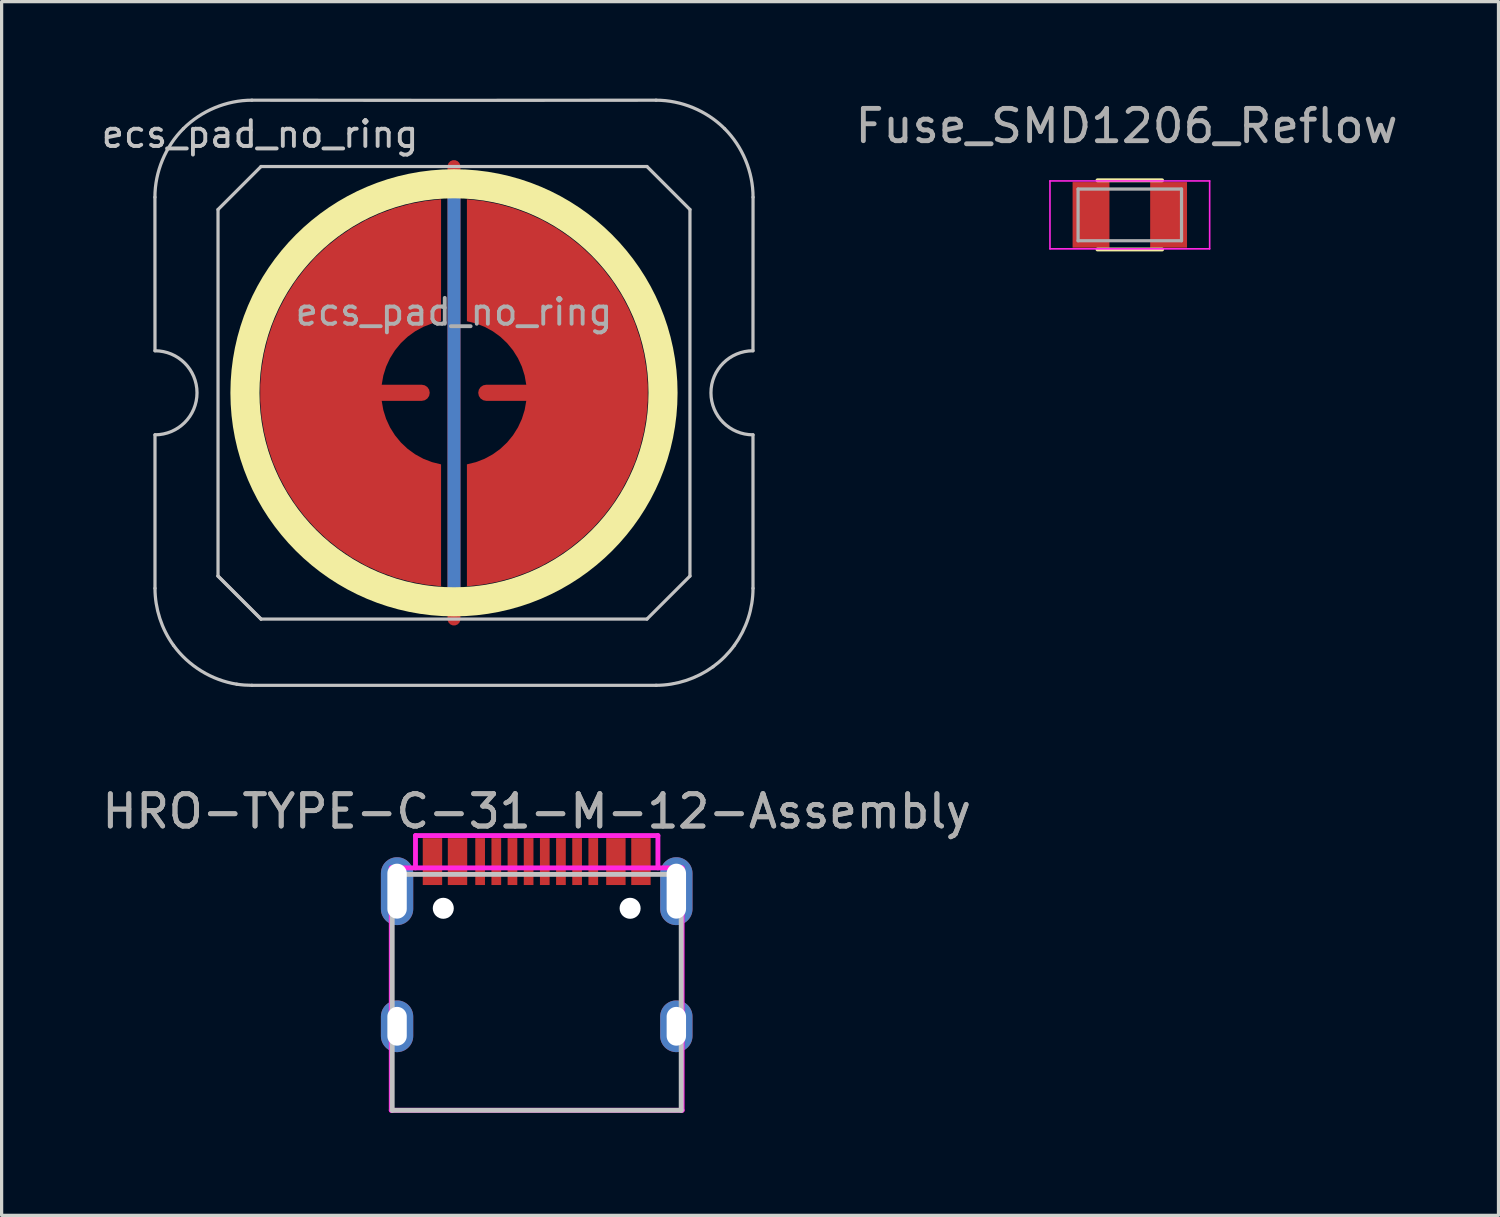
<source format=kicad_pcb>
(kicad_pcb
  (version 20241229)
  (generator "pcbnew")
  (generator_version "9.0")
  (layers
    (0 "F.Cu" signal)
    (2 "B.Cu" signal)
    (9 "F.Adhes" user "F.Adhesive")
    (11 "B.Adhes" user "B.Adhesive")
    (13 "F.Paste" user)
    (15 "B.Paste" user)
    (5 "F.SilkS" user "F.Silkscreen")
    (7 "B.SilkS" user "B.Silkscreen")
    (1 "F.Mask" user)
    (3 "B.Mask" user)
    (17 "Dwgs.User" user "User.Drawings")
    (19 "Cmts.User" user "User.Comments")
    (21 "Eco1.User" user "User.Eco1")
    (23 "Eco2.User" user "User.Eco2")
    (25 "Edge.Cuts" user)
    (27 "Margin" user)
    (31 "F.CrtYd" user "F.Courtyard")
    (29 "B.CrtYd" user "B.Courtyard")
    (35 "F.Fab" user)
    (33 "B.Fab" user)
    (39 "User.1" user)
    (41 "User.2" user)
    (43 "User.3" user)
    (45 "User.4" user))
  (footprint "ecs_pad_no_ring"
    (layer "F.Cu")
    (at 10.995 9.102)
    (property "Reference" "ecs_pad_no_ring" (at -6 -8 0) (layer "Dwgs.User") (effects (font (size 0.8 0.8) (thickness 0.12))))
    (attr smd)
    (fp_circle (center 0 0) (end 6.467 0) (stroke (width 0.9) (type solid)) (fill no) (layer "F.SilkS"))
    (fp_line (start -9.252 -6.05) (end -9.25 -1.3) (stroke (width 0.1) (type solid)) (layer "Dwgs.User"))
    (fp_line (start -9.25 1.3) (end -9.25 6.049) (stroke (width 0.1) (type solid)) (layer "Dwgs.User"))
    (fp_line (start -7.3 -5.67) (end -5.97 -7) (stroke (width 0.1) (type solid)) (layer "Dwgs.User"))
    (fp_line (start -7.3 5.67) (end -7.3 -5.67) (stroke (width 0.1) (type solid)) (layer "Dwgs.User"))
    (fp_line (start -7.3 5.67) (end -5.97 7) (stroke (width 0.1) (type solid)) (layer "Dwgs.User"))
    (fp_line (start -5.97 -7) (end 5.97 -7) (stroke (width 0.1) (type solid)) (layer "Dwgs.User"))
    (fp_line (start -5.97 7) (end -7.3 5.67) (stroke (width 0.1) (type solid)) (layer "Dwgs.User"))
    (fp_line (start 5.97 -7) (end 7.3 -5.67) (stroke (width 0.1) (type solid)) (layer "Dwgs.User"))
    (fp_line (start 5.97 7) (end -5.97 7) (stroke (width 0.1) (type solid)) (layer "Dwgs.User"))
    (fp_line (start 7.3 -5.67) (end 7.3 5.67) (stroke (width 0.1) (type solid)) (layer "Dwgs.User"))
    (fp_line (start 7.3 5.67) (end 5.97 7) (stroke (width 0.1) (type solid)) (layer "Dwgs.User"))
    (fp_line (start 9.25 1.3) (end 9.251 6.049) (stroke (width 0.1) (type solid)) (layer "Dwgs.User"))
    (fp_line (start 9.252 -6.05) (end 9.25 -1.3) (stroke (width 0.1) (type solid)) (layer "Dwgs.User"))
    (fp_arc (start -9.25 -1.3) (mid -7.95 0) (end -9.25 1.3) (stroke (width 0.1) (type solid)) (layer "Dwgs.User"))
    (fp_arc (start 9.25 1.3) (mid 7.95 0) (end 9.25 -1.3) (stroke (width 0.1) (type solid)) (layer "Dwgs.User"))
    (fp_curve (pts (xy -9.25 6.049) (xy -9.25 6.677) (xy -9.046 7.307) (xy -8.677 7.814)) (stroke (width 0.1) (type solid)) (layer "Dwgs.User"))
    (fp_curve (pts (xy -8.677 7.814) (xy -8.215 8.449) (xy -7.496 8.893) (xy -6.72 9.015)) (stroke (width 0.1) (type solid)) (layer "Dwgs.User"))
    (fp_curve (pts (xy -8.372 -8.172) (xy -8.926 -7.618) (xy -9.254 -6.836) (xy -9.252 -6.05)) (stroke (width 0.1) (type solid)) (layer "Dwgs.User"))
    (fp_curve (pts (xy -6.72 9.015) (xy -6.564 9.039) (xy -6.407 9.05) (xy -6.25 9.05)) (stroke (width 0.1) (type solid)) (layer "Dwgs.User"))
    (fp_curve (pts (xy -6.25 9.05) (xy -2.118 9.052) (xy 2.117 9.05) (xy 6.25 9.05)) (stroke (width 0.1) (type solid)) (layer "Dwgs.User"))
    (fp_curve (pts (xy -6.25 -9.052) (xy -7.035 -9.053) (xy -7.817 -8.726) (xy -8.372 -8.172)) (stroke (width 0.1) (type solid)) (layer "Dwgs.User"))
    (fp_curve (pts (xy 6.25 -9.052) (xy 2.116 -9.046) (xy -2.116 -9.046) (xy -6.25 -9.052)) (stroke (width 0.1) (type solid)) (layer "Dwgs.User"))
    (fp_curve (pts (xy 6.25 9.05) (xy 6.878 9.05) (xy 7.504 8.844) (xy 8.013 8.476)) (stroke (width 0.1) (type solid)) (layer "Dwgs.User"))
    (fp_curve (pts (xy 8.013 8.476) (xy 8.267 8.291) (xy 8.492 8.066) (xy 8.676 7.812)) (stroke (width 0.1) (type solid)) (layer "Dwgs.User"))
    (fp_curve (pts (xy 8.372 -8.172) (xy 7.817 -8.726) (xy 7.035 -9.053) (xy 6.25 -9.052)) (stroke (width 0.1) (type solid)) (layer "Dwgs.User"))
    (fp_curve (pts (xy 8.676 7.812) (xy 9.045 7.303) (xy 9.251 6.678) (xy 9.251 6.049)) (stroke (width 0.1) (type solid)) (layer "Dwgs.User"))
    (fp_curve (pts (xy 9.252 -6.05) (xy 9.254 -6.836) (xy 8.926 -7.618) (xy 8.372 -8.172)) (stroke (width 0.1) (type solid)) (layer "Dwgs.User"))
    (fp_text user "${REFERENCE}" (at 0 -2.5 0) (layer "F.Fab") (effects (font (size 0.8 0.8) (thickness 0.12))))
    (pad "1" smd custom (at -1 0) (size 0.4 0.4) (layers "F.Cu") (options (anchor circle)) (primitives (gr_poly (pts (xy 0.6 -2.214) (xy 0.32 -2.145) (xy 0.052 -2.041) (xy -0.201 -1.903) (xy -0.434 -1.734) (xy -0.644 -1.536) (xy -0.826 -1.314) (xy -0.979 -1.07) (xy -1.1 -0.808) (xy -1.186 -0.534) (xy -1.236 -0.25) (xy 0 -0.25) (xy 0.096 -0.231) (xy 0.177 -0.177) (xy 0.231 -0.096) (xy 0.25 0) (xy 0.231 0.096) (xy 0.177 0.177) (xy 0.096 0.231) (xy 0 0.25) (xy -1.236 0.25) (xy -1.186 0.534) (xy -1.1 0.808) (xy -0.979 1.07) (xy -0.826 1.314) (xy -0.644 1.536) (xy -0.434 1.734) (xy -0.201 1.903) (xy 0.052 2.041) (xy 0.32 2.145) (xy 0.6 2.214) (xy 0.6 5.987) (xy 0.115 5.934) (xy -0.364 5.843) (xy -0.834 5.713) (xy -1.292 5.545) (xy -1.735 5.341) (xy -2.159 5.101) (xy -2.563 4.827) (xy -2.943 4.522) (xy -3.298 4.187) (xy -3.623 3.824) (xy -3.919 3.436) (xy -4.182 3.025) (xy -4.41 2.594) (xy -4.603 2.147) (xy -4.759 1.684) (xy -4.876 1.211) (xy -4.955 0.73) (xy -4.995 0.244) (xy -4.995 -0.244) (xy -4.955 -0.73) (xy -4.876 -1.211) (xy -4.759 -1.684) (xy -4.603 -2.147) (xy -4.41 -2.594) (xy -4.182 -3.025) (xy -3.919 -3.436) (xy -3.623 -3.824) (xy -3.298 -4.187) (xy -2.943 -4.522) (xy -2.563 -4.827) (xy -2.159 -5.101) (xy -1.735 -5.341) (xy -1.292 -5.545) (xy -0.834 -5.713) (xy -0.364 -5.843) (xy 0.115 -5.934) (xy 0.6 -5.987)) (width 0) (fill yes))))
    (pad "2" smd custom (at 1 0 180) (size 0.4 0.4) (layers "F.Cu") (options (anchor circle)) (primitives (gr_poly (pts (xy 0.6 -2.214) (xy 0.32 -2.145) (xy 0.052 -2.041) (xy -0.201 -1.903) (xy -0.434 -1.734) (xy -0.644 -1.536) (xy -0.826 -1.314) (xy -0.979 -1.07) (xy -1.1 -0.808) (xy -1.186 -0.534) (xy -1.236 -0.25) (xy 0 -0.25) (xy 0.096 -0.231) (xy 0.177 -0.177) (xy 0.231 -0.096) (xy 0.25 0) (xy 0.231 0.096) (xy 0.177 0.177) (xy 0.096 0.231) (xy 0 0.25) (xy -1.236 0.25) (xy -1.186 0.534) (xy -1.1 0.808) (xy -0.979 1.07) (xy -0.826 1.314) (xy -0.644 1.536) (xy -0.434 1.734) (xy -0.201 1.903) (xy 0.052 2.041) (xy 0.32 2.145) (xy 0.6 2.214) (xy 0.6 5.987) (xy 0.115 5.934) (xy -0.364 5.843) (xy -0.834 5.713) (xy -1.292 5.545) (xy -1.735 5.341) (xy -2.159 5.101) (xy -2.563 4.827) (xy -2.943 4.522) (xy -3.298 4.187) (xy -3.623 3.824) (xy -3.919 3.436) (xy -4.182 3.025) (xy -4.41 2.594) (xy -4.603 2.147) (xy -4.759 1.684) (xy -4.876 1.211) (xy -4.955 0.73) (xy -4.995 0.244) (xy -4.995 -0.244) (xy -4.955 -0.73) (xy -4.876 -1.211) (xy -4.759 -1.684) (xy -4.603 -2.147) (xy -4.41 -2.594) (xy -4.182 -3.025) (xy -3.919 -3.436) (xy -3.623 -3.824) (xy -3.298 -4.187) (xy -2.943 -4.522) (xy -2.563 -4.827) (xy -2.159 -5.101) (xy -1.735 -5.341) (xy -1.292 -5.545) (xy -0.834 -5.713) (xy -0.364 -5.843) (xy 0.115 -5.934) (xy 0.6 -5.987)) (width 0) (fill yes))))
    (pad "3" smd custom (at 0 0) (size 0.4 0.4) (layers "F.Cu") (options (anchor rect)) (primitives (gr_line (start 0 -7) (end 0 7) (width 0.4))))
    (pad "3" smd custom (at 0 0) (size 0.4 0.4) (layers "B.Cu") (options (anchor rect)) (primitives (gr_line (start 0 -6.5) (end 0 6.5) (width 0.4))))
    (zone (net_name "") (layer "F.Cu") (hatch edge 0.508) (connect_pads) (min_thickness 0.254) (filled_areas_thickness no) (keepout (tracks allowed) (vias allowed) (pads allowed) (copperpour not_allowed) (footprints allowed)) (placement (enabled no)) (fill) (polygon (pts (xy 18 9.102) (xy 17.981 8.589) (xy 17.925 8.078) (xy 17.831 7.574) (xy 17.701 7.077) (xy 17.535 6.591) (xy 17.333 6.119) (xy 17.098 5.663) (xy 16.83 5.225) (xy 16.53 4.808) (xy 16.201 4.415) (xy 15.844 4.046) (xy 15.46 3.704) (xy 15.053 3.392) (xy 14.624 3.11) (xy 14.175 2.86) (xy 13.71 2.644) (xy 13.23 2.463) (xy 12.737 2.317) (xy 12.236 2.208) (xy 11.727 2.135) (xy 11.215 2.1) (xy 10.702 2.103) (xy 10.19 2.143) (xy 9.683 2.221) (xy 9.182 2.335) (xy 8.692 2.486) (xy 8.213 2.673) (xy 7.75 2.894) (xy 7.304 3.148) (xy 6.878 3.435) (xy 6.474 3.751) (xy 6.094 4.097) (xy 5.741 4.469) (xy 5.416 4.867) (xy 5.12 5.287) (xy 4.857 5.727) (xy 4.626 6.186) (xy 4.43 6.66) (xy 4.268 7.147) (xy 4.143 7.645) (xy 4.055 8.151) (xy 4.004 8.662) (xy 3.991 9.175) (xy 4.015 9.688) (xy 4.077 10.198) (xy 4.175 10.701) (xy 4.311 11.196) (xy 4.482 11.68) (xy 4.689 12.15) (xy 4.929 12.604) (xy 5.202 13.039) (xy 5.506 13.453) (xy 5.839 13.843) (xy 6.2 14.208) (xy 6.587 14.546) (xy 6.997 14.854) (xy 7.429 15.131) (xy 7.881 15.376) (xy 8.348 15.587) (xy 8.831 15.764) (xy 9.324 15.904) (xy 9.827 16.009) (xy 10.336 16.076) (xy 10.849 16.105) (xy 11.362 16.097) (xy 11.873 16.051) (xy 12.38 15.968) (xy 12.879 15.849) (xy 13.368 15.692) (xy 13.844 15.501) (xy 14.305 15.275) (xy 14.749 15.016) (xy 15.172 14.725) (xy 15.572 14.404) (xy 15.948 14.055) (xy 16.298 13.679) (xy 16.619 13.278) (xy 16.91 12.855) (xy 17.169 12.412) (xy 17.395 11.951) (xy 17.586 11.475) (xy 17.742 10.985) (xy 17.862 10.486) (xy 17.945 9.98) (xy 17.991 9.468))))
    (zone (net_name "") (layer "B.Cu") (hatch edge 0.508) (connect_pads) (min_thickness 0.254) (filled_areas_thickness no) (keepout (tracks allowed) (vias allowed) (pads allowed) (copperpour not_allowed) (footprints allowed)) (placement (enabled no)) (fill) (polygon (pts (xy 17.553 9.102) (xy 17.533 8.587) (xy 17.473 8.076) (xy 17.372 7.571) (xy 17.233 7.075) (xy 17.054 6.592) (xy 16.839 6.124) (xy 16.587 5.675) (xy 16.301 5.247) (xy 15.982 4.842) (xy 15.633 4.464) (xy 15.254 4.115) (xy 14.85 3.796) (xy 14.422 3.51) (xy 13.973 3.258) (xy 13.505 3.043) (xy 13.022 2.864) (xy 12.526 2.725) (xy 12.021 2.624) (xy 11.51 2.564) (xy 10.995 2.543) (xy 10.481 2.564) (xy 9.969 2.624) (xy 9.464 2.725) (xy 8.969 2.864) (xy 8.486 3.043) (xy 8.018 3.258) (xy 7.569 3.51) (xy 7.14 3.796) (xy 6.736 4.115) (xy 6.358 4.464) (xy 6.008 4.842) (xy 5.689 5.247) (xy 5.403 5.675) (xy 5.152 6.124) (xy 4.936 6.592) (xy 4.758 7.075) (xy 4.618 7.571) (xy 4.518 8.076) (xy 4.457 8.587) (xy 4.437 9.102) (xy 4.457 9.616) (xy 4.518 10.128) (xy 4.618 10.633) (xy 4.758 11.128) (xy 4.936 11.611) (xy 5.152 12.079) (xy 5.403 12.528) (xy 5.689 12.957) (xy 6.008 13.361) (xy 6.358 13.739) (xy 6.736 14.089) (xy 7.14 14.407) (xy 7.569 14.694) (xy 8.018 14.945) (xy 8.486 15.161) (xy 8.969 15.339) (xy 9.464 15.479) (xy 9.969 15.579) (xy 10.481 15.64) (xy 10.995 15.66) (xy 11.51 15.64) (xy 12.021 15.579) (xy 12.526 15.479) (xy 13.022 15.339) (xy 13.505 15.161) (xy 13.973 14.945) (xy 14.422 14.694) (xy 14.85 14.407) (xy 15.254 14.089) (xy 15.633 13.739) (xy 15.982 13.361) (xy 16.301 12.957) (xy 16.587 12.528) (xy 16.839 12.079) (xy 17.054 11.611) (xy 17.233 11.128) (xy 17.372 10.633) (xy 17.473 10.128) (xy 17.533 9.616)))))
  (footprint "HRO-TYPE-C-31-M-12-Assembly"
    (layer "F.Cu")
    (at 13.554 31.3)
    (property "Reference" "HRO-TYPE-C-31-M-12-Assembly" (at 0 -9.25 180) (layer "F.Fab") (effects (font (size 1 1) (thickness 0.15))))
    (attr smd)
    (fp_line (start -4.47 -7.3) (end 4.47 -7.3) (stroke (width 0.15) (type solid)) (layer "Dwgs.User"))
    (fp_line (start -4.47 0) (end -4.47 -7.3) (stroke (width 0.15) (type solid)) (layer "Dwgs.User"))
    (fp_line (start -4.47 0) (end 4.47 0) (stroke (width 0.15) (type solid)) (layer "Dwgs.User"))
    (fp_line (start 4.47 0) (end 4.47 -7.3) (stroke (width 0.15) (type solid)) (layer "Dwgs.User"))
    (fp_line (start -4.5 -7.5) (end 4.5 -7.5) (stroke (width 0.15) (type solid)) (layer "F.CrtYd"))
    (fp_line (start -4.5 0) (end -4.5 -7.5) (stroke (width 0.15) (type solid)) (layer "F.CrtYd"))
    (fp_line (start -3.75 -8.5) (end 3.75 -8.5) (stroke (width 0.15) (type solid)) (layer "F.CrtYd"))
    (fp_line (start -3.75 -7.5) (end -3.75 -8.5) (stroke (width 0.15) (type solid)) (layer "F.CrtYd"))
    (fp_line (start 3.75 -8.5) (end 3.75 -7.5) (stroke (width 0.15) (type solid)) (layer "F.CrtYd"))
    (fp_line (start 4.5 -7.5) (end 4.5 0) (stroke (width 0.15) (type solid)) (layer "F.CrtYd"))
    (fp_line (start 4.5 0) (end -4.5 0) (stroke (width 0.15) (type solid)) (layer "F.CrtYd"))
    (fp_text user "${REFERENCE}" (at 0 -9.25 180) (layer "F.Fab") (effects (font (size 1 1) (thickness 0.15))))
    (pad "" np_thru_hole circle (at -2.89 -6.25) (size 0.65 0.65) (drill 0.65) (layers "*.Cu" "*.Mask"))
    (pad "" np_thru_hole circle (at 2.89 -6.25) (size 0.65 0.65) (drill 0.65) (layers "*.Cu" "*.Mask"))
    (pad "1" smd rect (at -3.225 -7.695) (size 0.6 1.45) (layers "F.Cu" "F.Mask" "F.Paste"))
    (pad "2" smd rect (at -2.45 -7.695) (size 0.6 1.45) (layers "F.Cu" "F.Mask" "F.Paste"))
    (pad "3" smd rect (at -1.75 -7.695) (size 0.3 1.45) (layers "F.Cu" "F.Mask" "F.Paste"))
    (pad "4" smd rect (at -1.25 -7.695) (size 0.3 1.45) (layers "F.Cu" "F.Mask" "F.Paste"))
    (pad "5" smd rect (at -0.75 -7.695) (size 0.3 1.45) (layers "F.Cu" "F.Mask" "F.Paste"))
    (pad "6" smd rect (at -0.25 -7.695) (size 0.3 1.45) (layers "F.Cu" "F.Mask" "F.Paste"))
    (pad "7" smd rect (at 0.25 -7.695) (size 0.3 1.45) (layers "F.Cu" "F.Mask" "F.Paste"))
    (pad "8" smd rect (at 0.75 -7.695) (size 0.3 1.45) (layers "F.Cu" "F.Mask" "F.Paste"))
    (pad "9" smd rect (at 1.25 -7.695) (size 0.3 1.45) (layers "F.Cu" "F.Mask" "F.Paste"))
    (pad "10" smd rect (at 1.75 -7.695) (size 0.3 1.45) (layers "F.Cu" "F.Mask" "F.Paste"))
    (pad "11" smd rect (at 2.45 -7.695) (size 0.6 1.45) (layers "F.Cu" "F.Mask" "F.Paste"))
    (pad "12" smd rect (at 3.225 -7.695) (size 0.6 1.45) (layers "F.Cu" "F.Mask" "F.Paste"))
    (pad "13" thru_hole oval (at -4.32 -6.78) (size 1 2.1) (drill oval 0.6 1.7) (layers "*.Cu" "*.Mask" "F.Paste"))
    (pad "13" thru_hole oval (at -4.32 -2.6) (size 1 1.6) (drill oval 0.6 1.2) (layers "*.Cu" "*.Mask" "F.Paste"))
    (pad "13" thru_hole oval (at 4.32 -6.78) (size 1 2.1) (drill oval 0.6 1.7) (layers "*.Cu" "*.Mask" "F.Paste"))
    (pad "13" thru_hole oval (at 4.32 -2.6) (size 1 1.6) (drill oval 0.6 1.2) (layers "*.Cu" "*.Mask" "F.Paste")))
  (footprint "Fuse_SMD1206_Reflow"
    (layer "F.Cu")
    (at 31.903 3.598)
    (property "Reference" "Fuse_SMD1206_Reflow" (at -0.1 -2.75 0) (layer "F.Fab") (effects (font (size 1 1) (thickness 0.15))))
    (attr smd)
    (fp_line (start -1 -1.07) (end 1 -1.07) (stroke (width 0.12) (type solid)) (layer "F.SilkS"))
    (fp_line (start 1 1.07) (end -1 1.07) (stroke (width 0.12) (type solid)) (layer "F.SilkS"))
    (fp_line (start -2.47 -1.05) (end -2.47 1.05) (stroke (width 0.05) (type solid)) (layer "F.CrtYd"))
    (fp_line (start -2.47 -1.05) (end 2.47 -1.05) (stroke (width 0.05) (type solid)) (layer "F.CrtYd"))
    (fp_line (start 2.47 1.05) (end -2.47 1.05) (stroke (width 0.05) (type solid)) (layer "F.CrtYd"))
    (fp_line (start 2.47 1.05) (end 2.47 -1.05) (stroke (width 0.05) (type solid)) (layer "F.CrtYd"))
    (fp_line (start -1.6 -0.8) (end 1.6 -0.8) (stroke (width 0.1) (type solid)) (layer "F.Fab"))
    (fp_line (start -1.6 0.8) (end -1.6 -0.8) (stroke (width 0.1) (type solid)) (layer "F.Fab"))
    (fp_line (start 1.6 -0.8) (end 1.6 0.8) (stroke (width 0.1) (type solid)) (layer "F.Fab"))
    (fp_line (start 1.6 0.8) (end -1.6 0.8) (stroke (width 0.1) (type solid)) (layer "F.Fab"))
    (pad "1" smd rect (at -1.2 0 90) (size 2.03 1.14) (layers "F.Cu" "F.Mask" "F.Paste"))
    (pad "2" smd rect (at 1.2 0 90) (size 2.03 1.14) (layers "F.Cu" "F.Mask" "F.Paste")))
  (gr_rect
    (start -3 -3)
    (end 43.309 34.55)
    (stroke (width 0.1) (type default))
    (fill no)
    (layer "Edge.Cuts")))
</source>
